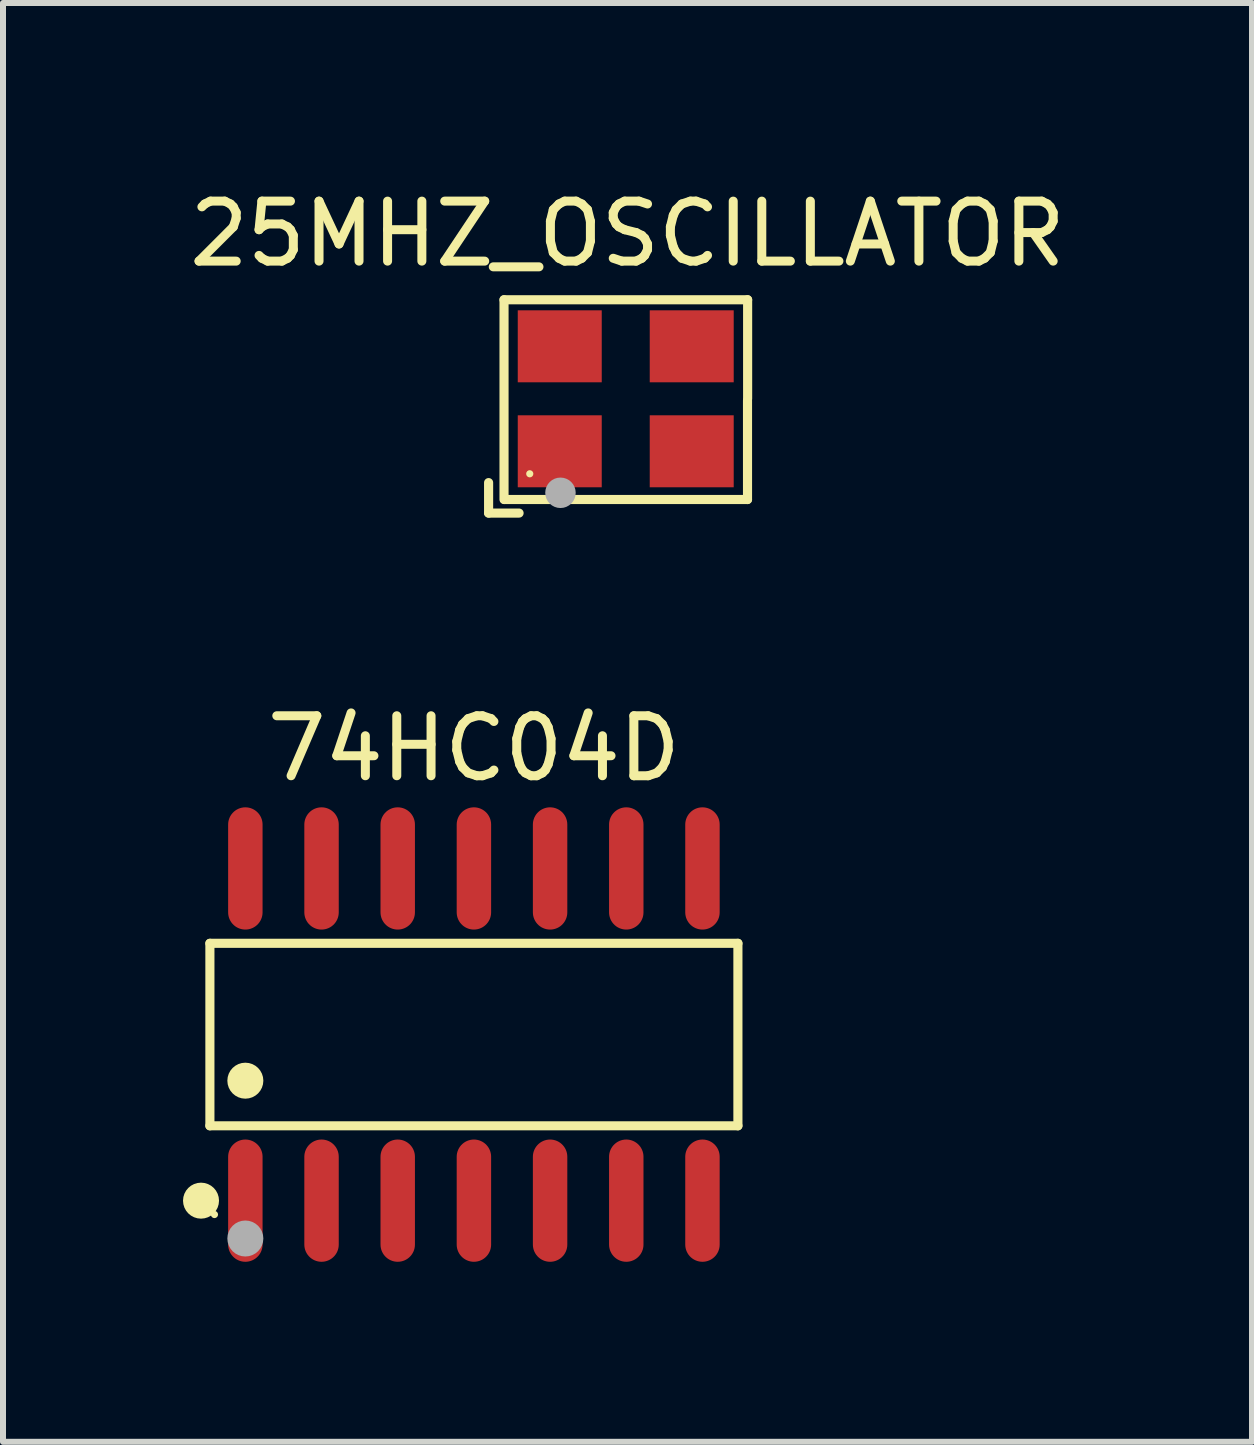
<source format=kicad_pcb>
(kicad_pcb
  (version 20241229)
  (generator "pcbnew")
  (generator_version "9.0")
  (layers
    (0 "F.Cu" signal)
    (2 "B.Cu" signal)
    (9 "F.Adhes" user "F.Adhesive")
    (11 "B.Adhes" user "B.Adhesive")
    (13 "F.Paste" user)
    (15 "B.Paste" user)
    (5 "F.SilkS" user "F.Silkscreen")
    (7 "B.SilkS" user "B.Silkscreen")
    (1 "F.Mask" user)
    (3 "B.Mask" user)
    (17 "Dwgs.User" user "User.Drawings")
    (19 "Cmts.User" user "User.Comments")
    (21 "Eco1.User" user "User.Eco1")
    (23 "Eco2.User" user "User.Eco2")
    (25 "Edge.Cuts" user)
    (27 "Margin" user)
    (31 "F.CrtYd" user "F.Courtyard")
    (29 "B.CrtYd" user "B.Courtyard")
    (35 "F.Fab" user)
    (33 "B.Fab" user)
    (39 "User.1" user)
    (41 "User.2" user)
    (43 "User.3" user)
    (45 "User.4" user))
  (footprint "74HC04D"
    (layer "F.Cu")
    (at 4.85 14.196)
    (property "Reference" "74HC04D" (at 0 -4.769 0) (layer "F.SilkS") (effects (font (size 1 1) (thickness 0.15))))
    (attr through_hole)
    (fp_line (start -4.401 -1.521) (end 4.401 -1.521) (stroke (width 0.152) (type solid)) (layer "F.SilkS"))
    (fp_line (start -4.401 1.521) (end -4.401 -1.521) (stroke (width 0.152) (type solid)) (layer "F.SilkS"))
    (fp_line (start 4.401 -1.521) (end 4.401 1.521) (stroke (width 0.152) (type solid)) (layer "F.SilkS"))
    (fp_line (start 4.401 1.521) (end -4.401 1.521) (stroke (width 0.152) (type solid)) (layer "F.SilkS"))
    (fp_circle (center -4.549 2.769) (end -4.399 2.769) (stroke (width 0.3) (type solid)) (fill no) (layer "F.SilkS"))
    (fp_circle (center -4.325 3) (end -4.295 3) (stroke (width 0.06) (type solid)) (fill no) (layer "F.SilkS"))
    (fp_circle (center -3.81 0.769) (end -3.66 0.769) (stroke (width 0.3) (type solid)) (fill no) (layer "F.SilkS"))
    (fp_circle (center -3.81 3.4) (end -3.66 3.4) (stroke (width 0.3) (type solid)) (fill no) (layer "F.Fab"))
    (pad "1" smd oval (at -3.81 2.769) (size 0.574 2.038) (layers "F.Cu" "F.Mask" "F.Paste"))
    (pad "2" smd oval (at -2.54 2.769) (size 0.574 2.038) (layers "F.Cu" "F.Mask" "F.Paste"))
    (pad "3" smd oval (at -1.27 2.769) (size 0.574 2.038) (layers "F.Cu" "F.Mask" "F.Paste"))
    (pad "4" smd oval (at 0 2.769) (size 0.574 2.038) (layers "F.Cu" "F.Mask" "F.Paste"))
    (pad "5" smd oval (at 1.27 2.769) (size 0.574 2.038) (layers "F.Cu" "F.Mask" "F.Paste"))
    (pad "6" smd oval (at 2.54 2.769) (size 0.574 2.038) (layers "F.Cu" "F.Mask" "F.Paste"))
    (pad "7" smd oval (at 3.81 2.769) (size 0.574 2.038) (layers "F.Cu" "F.Mask" "F.Paste"))
    (pad "8" smd oval (at 3.81 -2.769) (size 0.574 2.038) (layers "F.Cu" "F.Mask" "F.Paste"))
    (pad "9" smd oval (at 2.54 -2.769) (size 0.574 2.038) (layers "F.Cu" "F.Mask" "F.Paste"))
    (pad "10" smd oval (at 1.27 -2.769) (size 0.574 2.038) (layers "F.Cu" "F.Mask" "F.Paste"))
    (pad "11" smd oval (at 0 -2.769) (size 0.574 2.038) (layers "F.Cu" "F.Mask" "F.Paste"))
    (pad "12" smd oval (at -1.27 -2.769) (size 0.574 2.038) (layers "F.Cu" "F.Mask" "F.Paste"))
    (pad "13" smd oval (at -2.54 -2.769) (size 0.574 2.038) (layers "F.Cu" "F.Mask" "F.Paste"))
    (pad "14" smd oval (at -3.81 -2.769) (size 0.574 2.038) (layers "F.Cu" "F.Mask" "F.Paste")))
  (footprint "25MHZ_OSCILLATOR"
    (layer "F.Cu")
    (at 7.381 3.598)
    (property "Reference" "25MHZ_OSCILLATOR" (at 0.03 -2.75 0) (layer "F.SilkS") (effects (font (size 1 1) (thickness 0.15))))
    (attr through_hole)
    (fp_line (start -2.286 1.397) (end -2.286 1.905) (stroke (width 0.152) (type solid)) (layer "F.SilkS"))
    (fp_line (start -2.286 1.905) (end -1.778 1.905) (stroke (width 0.152) (type solid)) (layer "F.SilkS"))
    (fp_line (start -2.029 -1.651) (end 2.032 -1.651) (stroke (width 0.152) (type solid)) (layer "F.SilkS"))
    (fp_line (start -2.029 1.679) (end -2.029 -1.651) (stroke (width 0.152) (type solid)) (layer "F.SilkS"))
    (fp_line (start 2.03 0.028) (end 2.03 1.679) (stroke (width 0.152) (type solid)) (layer "F.SilkS"))
    (fp_line (start 2.03 1.679) (end -2.02 1.679) (stroke (width 0.152) (type solid)) (layer "F.SilkS"))
    (fp_line (start 2.032 -1.651) (end 2.032 -0.000127) (stroke (width 0.152) (type solid)) (layer "F.SilkS"))
    (fp_circle (center -1.6 1.25) (end -1.57 1.25) (stroke (width 0.06) (type solid)) (fill no) (layer "F.SilkS"))
    (fp_circle (center -1.088 1.567) (end -0.961 1.567) (stroke (width 0.254) (type solid)) (fill no) (layer "F.Fab"))
    (pad "1" smd rect (at -1.1 0.875) (size 1.4 1.2) (layers "F.Cu" "F.Mask" "F.Paste"))
    (pad "2" smd rect (at 1.1 0.875) (size 1.4 1.2) (layers "F.Cu" "F.Mask" "F.Paste"))
    (pad "3" smd rect (at 1.1 -0.875) (size 1.4 1.2) (layers "F.Cu" "F.Mask" "F.Paste"))
    (pad "4" smd rect (at -1.1 -0.875) (size 1.4 1.2) (layers "F.Cu" "F.Mask" "F.Paste")))
  (gr_rect
    (start -3 -3)
    (end 17.821 20.985)
    (stroke (width 0.1) (type default))
    (fill no)
    (layer "Edge.Cuts")))
</source>
